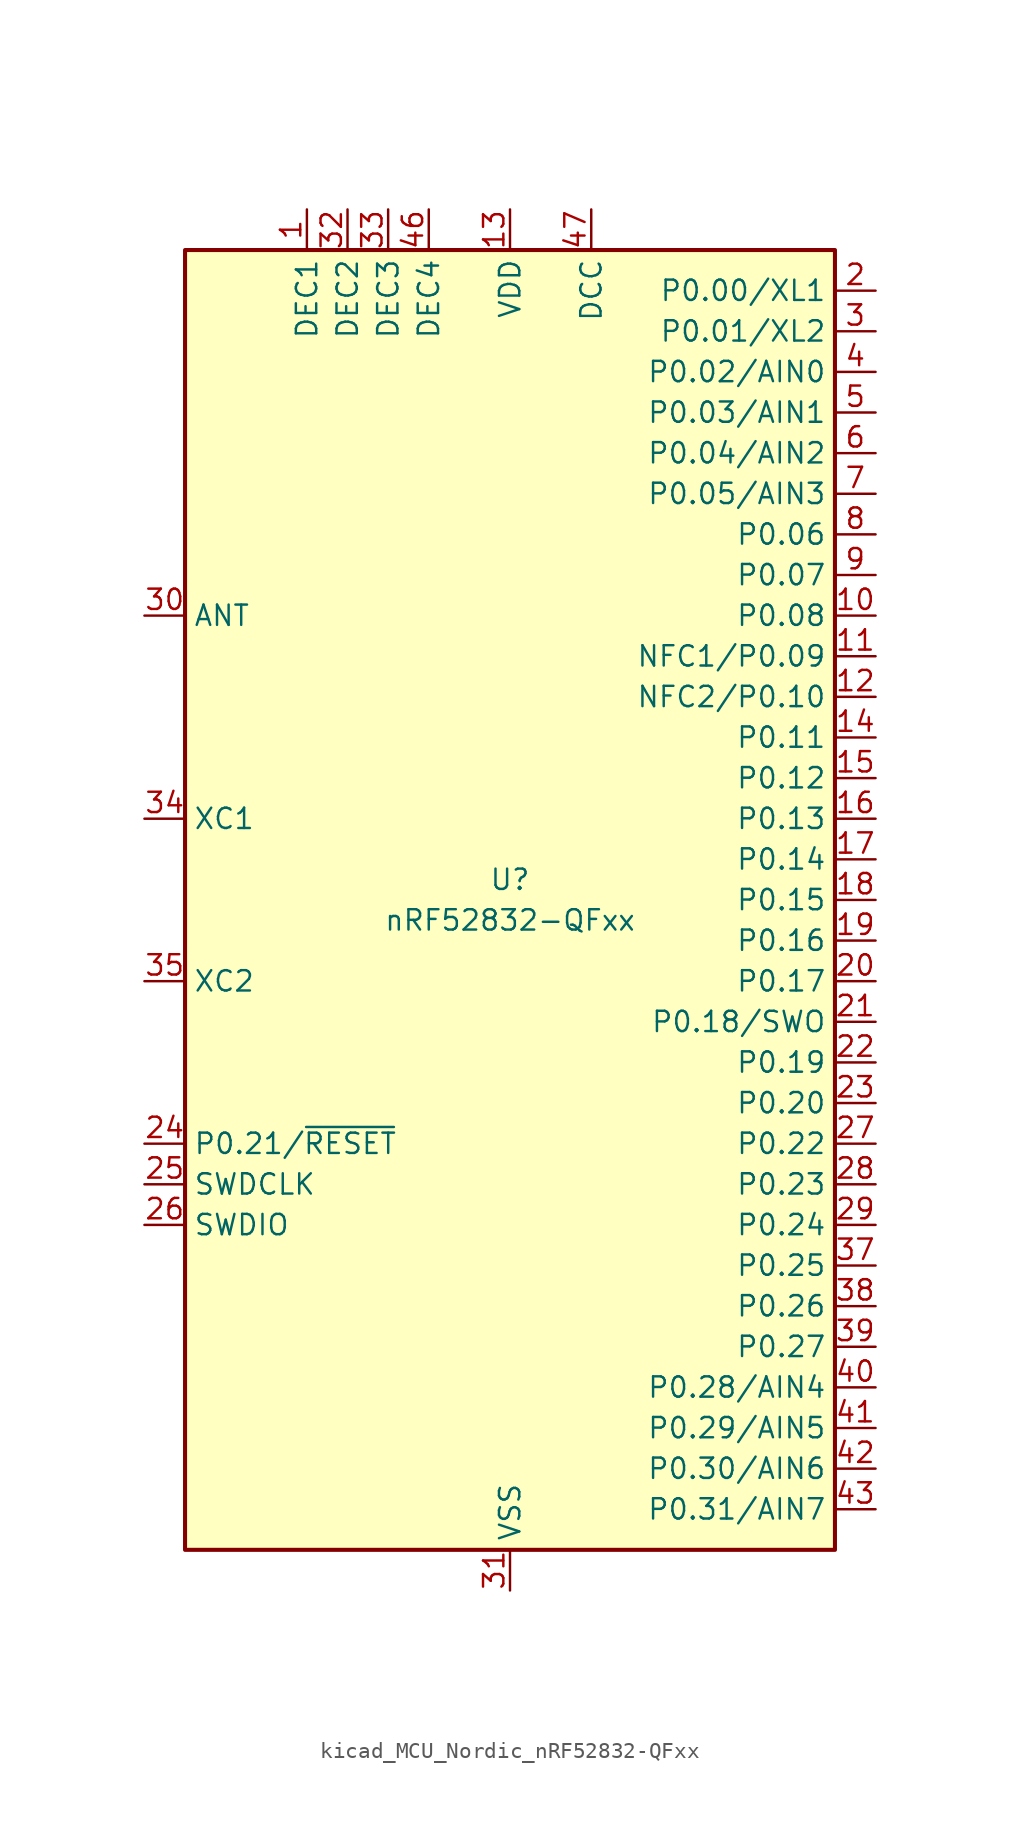
<source format=kicad_sym>
(kicad_symbol_lib
  (version 20220914)
  (generator kicad_symbol_editor)
  (symbol "kicad_MCU_Nordic_nRF52832-QFxx"
    (property "Reference" "U"
      (at 0 1.27 0)
      (effects (font (size 1.27 1.27))))
    (property "Value" "nRF52832-QFxx"
      (at 0 -1.27 0)
      (effects (font (size 1.27 1.27))))
    (symbol "kicad_MCU_Nordic_nRF52832-QFxx_0_1"
      (rectangle (start -20.32 40.64) (end 20.32 -40.64) (stroke (width 0.254) (type default)) (fill (type background))))
    (symbol "kicad_MCU_Nordic_nRF52832-QFxx_1_1"
      (pin passive line (at -12.7 43.18 270) (length 2.54) (name "DEC1" (effects (font (size 1.27 1.27)))) (number "1" (effects (font (size 1.27 1.27)))))
      (pin bidirectional line (at 22.86 17.78 180) (length 2.54) (name "P0.08" (effects (font (size 1.27 1.27)))) (number "10" (effects (font (size 1.27 1.27)))))
      (pin bidirectional line (at 22.86 15.24 180) (length 2.54) (name "NFC1/P0.09" (effects (font (size 1.27 1.27)))) (number "11" (effects (font (size 1.27 1.27)))))
      (pin bidirectional line (at 22.86 12.7 180) (length 2.54) (name "NFC2/P0.10" (effects (font (size 1.27 1.27)))) (number "12" (effects (font (size 1.27 1.27)))))
      (pin power_in line (at 0 43.18 270) (length 2.54) (name "VDD" (effects (font (size 1.27 1.27)))) (number "13" (effects (font (size 1.27 1.27)))))
      (pin bidirectional line (at 22.86 10.16 180) (length 2.54) (name "P0.11" (effects (font (size 1.27 1.27)))) (number "14" (effects (font (size 1.27 1.27)))))
      (pin bidirectional line (at 22.86 7.62 180) (length 2.54) (name "P0.12" (effects (font (size 1.27 1.27)))) (number "15" (effects (font (size 1.27 1.27)))))
      (pin bidirectional line (at 22.86 5.08 180) (length 2.54) (name "P0.13" (effects (font (size 1.27 1.27)))) (number "16" (effects (font (size 1.27 1.27)))))
      (pin bidirectional line (at 22.86 2.54 180) (length 2.54) (name "P0.14" (effects (font (size 1.27 1.27)))) (number "17" (effects (font (size 1.27 1.27)))))
      (pin bidirectional line (at 22.86 0 180) (length 2.54) (name "P0.15" (effects (font (size 1.27 1.27)))) (number "18" (effects (font (size 1.27 1.27)))))
      (pin bidirectional line (at 22.86 -2.54 180) (length 2.54) (name "P0.16" (effects (font (size 1.27 1.27)))) (number "19" (effects (font (size 1.27 1.27)))))
      (pin bidirectional line (at 22.86 38.1 180) (length 2.54) (name "P0.00/XL1" (effects (font (size 1.27 1.27)))) (number "2" (effects (font (size 1.27 1.27)))))
      (pin bidirectional line (at 22.86 -5.08 180) (length 2.54) (name "P0.17" (effects (font (size 1.27 1.27)))) (number "20" (effects (font (size 1.27 1.27)))))
      (pin bidirectional line (at 22.86 -7.62 180) (length 2.54) (name "P0.18/SWO" (effects (font (size 1.27 1.27)))) (number "21" (effects (font (size 1.27 1.27)))))
      (pin bidirectional line (at 22.86 -10.16 180) (length 2.54) (name "P0.19" (effects (font (size 1.27 1.27)))) (number "22" (effects (font (size 1.27 1.27)))))
      (pin bidirectional line (at 22.86 -12.7 180) (length 2.54) (name "P0.20" (effects (font (size 1.27 1.27)))) (number "23" (effects (font (size 1.27 1.27)))))
      (pin bidirectional line (at -22.86 -15.24 0) (length 2.54) (name "P0.21/~{RESET}" (effects (font (size 1.27 1.27)))) (number "24" (effects (font (size 1.27 1.27)))))
      (pin input line (at -22.86 -17.78 0) (length 2.54) (name "SWDCLK" (effects (font (size 1.27 1.27)))) (number "25" (effects (font (size 1.27 1.27)))))
      (pin bidirectional line (at -22.86 -20.32 0) (length 2.54) (name "SWDIO" (effects (font (size 1.27 1.27)))) (number "26" (effects (font (size 1.27 1.27)))))
      (pin bidirectional line (at 22.86 -15.24 180) (length 2.54) (name "P0.22" (effects (font (size 1.27 1.27)))) (number "27" (effects (font (size 1.27 1.27)))))
      (pin bidirectional line (at 22.86 -17.78 180) (length 2.54) (name "P0.23" (effects (font (size 1.27 1.27)))) (number "28" (effects (font (size 1.27 1.27)))))
      (pin bidirectional line (at 22.86 -20.32 180) (length 2.54) (name "P0.24" (effects (font (size 1.27 1.27)))) (number "29" (effects (font (size 1.27 1.27)))))
      (pin bidirectional line (at 22.86 35.56 180) (length 2.54) (name "P0.01/XL2" (effects (font (size 1.27 1.27)))) (number "3" (effects (font (size 1.27 1.27)))))
      (pin passive line (at -22.86 17.78 0) (length 2.54) (name "ANT" (effects (font (size 1.27 1.27)))) (number "30" (effects (font (size 1.27 1.27)))))
      (pin power_in line (at 0 -43.18 90) (length 2.54) (name "VSS" (effects (font (size 1.27 1.27)))) (number "31" (effects (font (size 1.27 1.27)))))
      (pin passive line (at -10.16 43.18 270) (length 2.54) (name "DEC2" (effects (font (size 1.27 1.27)))) (number "32" (effects (font (size 1.27 1.27)))))
      (pin passive line (at -7.62 43.18 270) (length 2.54) (name "DEC3" (effects (font (size 1.27 1.27)))) (number "33" (effects (font (size 1.27 1.27)))))
      (pin input line (at -22.86 5.08 0) (length 2.54) (name "XC1" (effects (font (size 1.27 1.27)))) (number "34" (effects (font (size 1.27 1.27)))))
      (pin input line (at -22.86 -5.08 0) (length 2.54) (name "XC2" (effects (font (size 1.27 1.27)))) (number "35" (effects (font (size 1.27 1.27)))))
      (pin passive line (at 0 43.18 270) (length 2.54) hide (name "VDD" (effects (font (size 1.27 1.27)))) (number "36" (effects (font (size 1.27 1.27)))))
      (pin bidirectional line (at 22.86 -22.86 180) (length 2.54) (name "P0.25" (effects (font (size 1.27 1.27)))) (number "37" (effects (font (size 1.27 1.27)))))
      (pin bidirectional line (at 22.86 -25.4 180) (length 2.54) (name "P0.26" (effects (font (size 1.27 1.27)))) (number "38" (effects (font (size 1.27 1.27)))))
      (pin bidirectional line (at 22.86 -27.94 180) (length 2.54) (name "P0.27" (effects (font (size 1.27 1.27)))) (number "39" (effects (font (size 1.27 1.27)))))
      (pin bidirectional line (at 22.86 33.02 180) (length 2.54) (name "P0.02/AIN0" (effects (font (size 1.27 1.27)))) (number "4" (effects (font (size 1.27 1.27)))))
      (pin bidirectional line (at 22.86 -30.48 180) (length 2.54) (name "P0.28/AIN4" (effects (font (size 1.27 1.27)))) (number "40" (effects (font (size 1.27 1.27)))))
      (pin bidirectional line (at 22.86 -33.02 180) (length 2.54) (name "P0.29/AIN5" (effects (font (size 1.27 1.27)))) (number "41" (effects (font (size 1.27 1.27)))))
      (pin bidirectional line (at 22.86 -35.56 180) (length 2.54) (name "P0.30/AIN6" (effects (font (size 1.27 1.27)))) (number "42" (effects (font (size 1.27 1.27)))))
      (pin bidirectional line (at 22.86 -38.1 180) (length 2.54) (name "P0.31/AIN7" (effects (font (size 1.27 1.27)))) (number "43" (effects (font (size 1.27 1.27)))))
      (pin no_connect line (at -20.32 -30.48 0) (length 2.54) hide (name "NC" (effects (font (size 1.27 1.27)))) (number "44" (effects (font (size 1.27 1.27)))))
      (pin passive line (at 0 -43.18 90) (length 2.54) hide (name "VSS" (effects (font (size 1.27 1.27)))) (number "45" (effects (font (size 1.27 1.27)))))
      (pin passive line (at -5.08 43.18 270) (length 2.54) (name "DEC4" (effects (font (size 1.27 1.27)))) (number "46" (effects (font (size 1.27 1.27)))))
      (pin power_out line (at 5.08 43.18 270) (length 2.54) (name "DCC" (effects (font (size 1.27 1.27)))) (number "47" (effects (font (size 1.27 1.27)))))
      (pin passive line (at 0 43.18 270) (length 2.54) hide (name "VDD" (effects (font (size 1.27 1.27)))) (number "48" (effects (font (size 1.27 1.27)))))
      (pin passive line (at 0 -43.18 90) (length 2.54) hide (name "VSS" (effects (font (size 1.27 1.27)))) (number "49" (effects (font (size 1.27 1.27)))))
      (pin bidirectional line (at 22.86 30.48 180) (length 2.54) (name "P0.03/AIN1" (effects (font (size 1.27 1.27)))) (number "5" (effects (font (size 1.27 1.27)))))
      (pin bidirectional line (at 22.86 27.94 180) (length 2.54) (name "P0.04/AIN2" (effects (font (size 1.27 1.27)))) (number "6" (effects (font (size 1.27 1.27)))))
      (pin bidirectional line (at 22.86 25.4 180) (length 2.54) (name "P0.05/AIN3" (effects (font (size 1.27 1.27)))) (number "7" (effects (font (size 1.27 1.27)))))
      (pin bidirectional line (at 22.86 22.86 180) (length 2.54) (name "P0.06" (effects (font (size 1.27 1.27)))) (number "8" (effects (font (size 1.27 1.27)))))
      (pin bidirectional line (at 22.86 20.32 180) (length 2.54) (name "P0.07" (effects (font (size 1.27 1.27)))) (number "9" (effects (font (size 1.27 1.27))))))))
</source>
